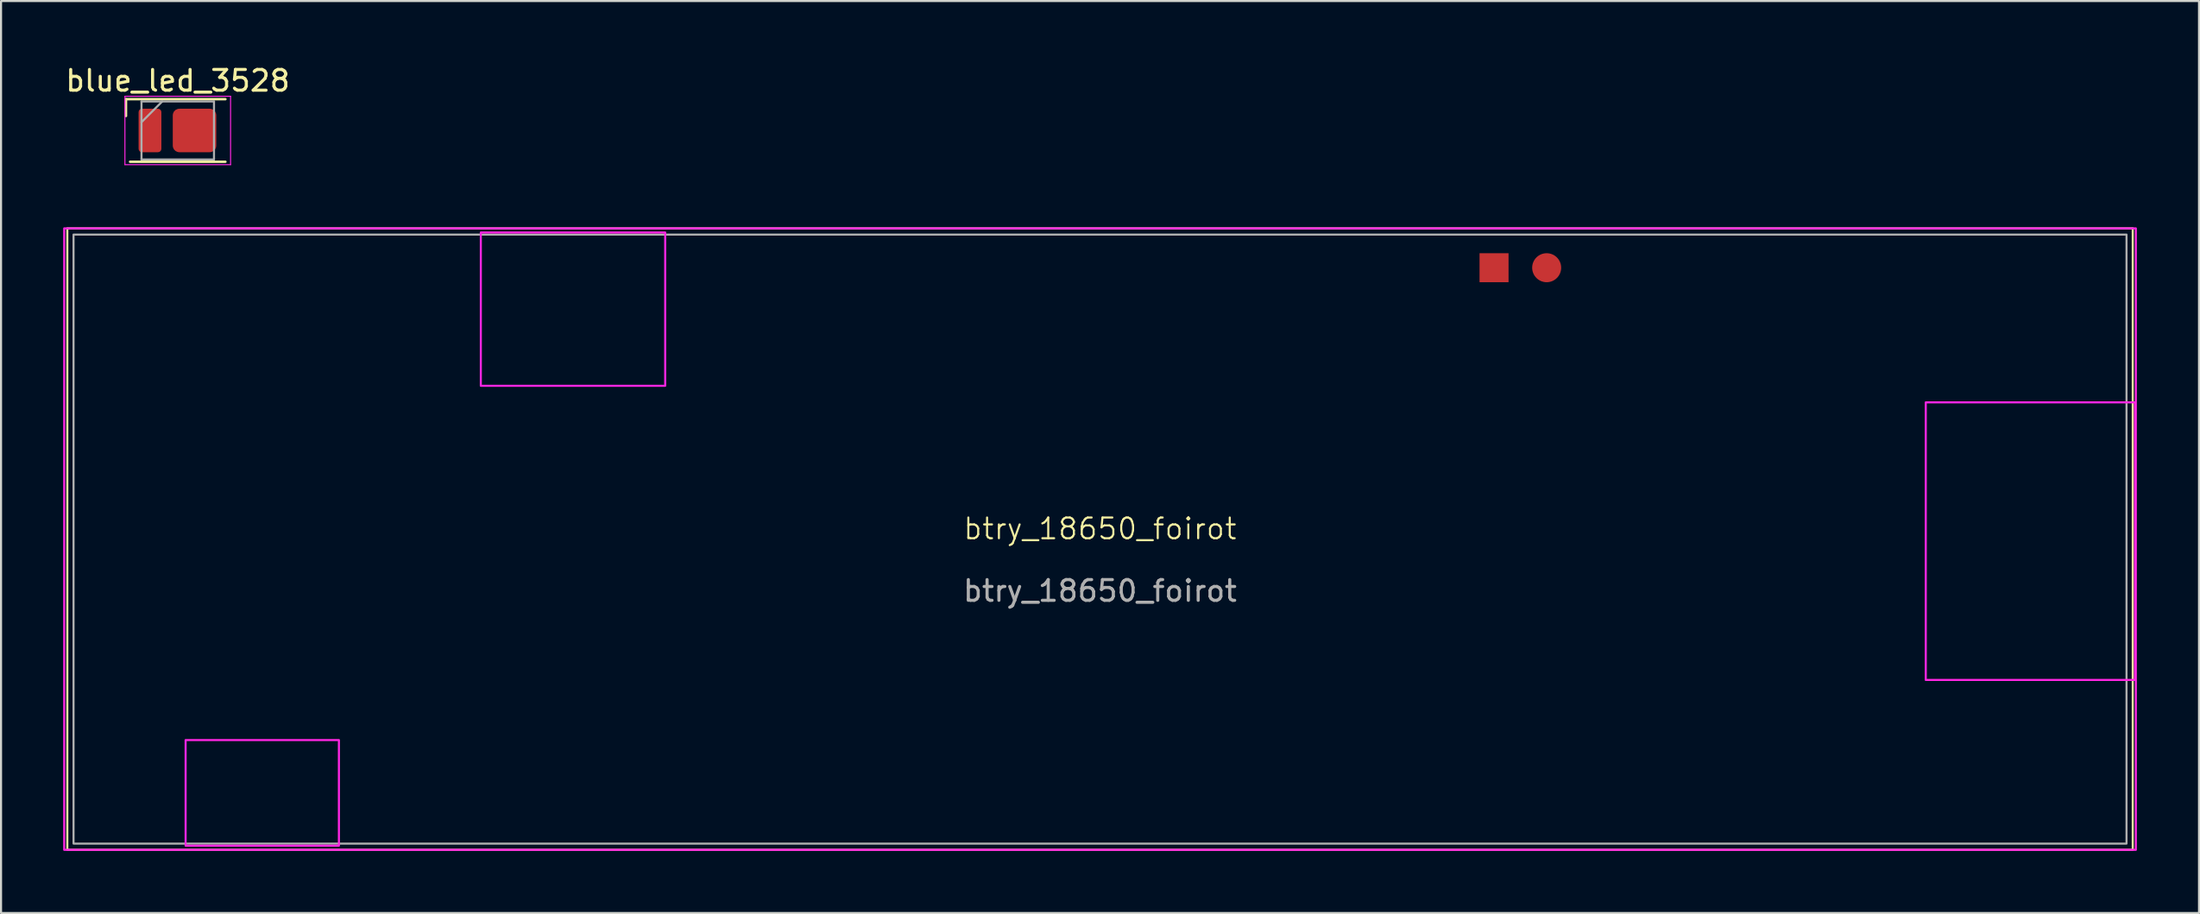
<source format=kicad_pcb>
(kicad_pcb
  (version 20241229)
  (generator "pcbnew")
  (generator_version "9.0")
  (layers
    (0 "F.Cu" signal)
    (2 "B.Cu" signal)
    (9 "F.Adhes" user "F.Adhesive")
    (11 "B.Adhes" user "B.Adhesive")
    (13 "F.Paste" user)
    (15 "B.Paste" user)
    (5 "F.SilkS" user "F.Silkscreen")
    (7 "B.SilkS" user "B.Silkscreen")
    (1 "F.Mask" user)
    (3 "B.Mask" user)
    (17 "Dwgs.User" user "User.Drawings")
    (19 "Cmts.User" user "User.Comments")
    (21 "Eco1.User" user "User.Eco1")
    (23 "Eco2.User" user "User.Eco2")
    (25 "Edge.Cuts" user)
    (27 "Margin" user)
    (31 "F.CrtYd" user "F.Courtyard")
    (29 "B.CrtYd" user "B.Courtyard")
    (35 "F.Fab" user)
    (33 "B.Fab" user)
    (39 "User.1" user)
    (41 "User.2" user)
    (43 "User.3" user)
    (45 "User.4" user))
  (footprint "blue_led_3528"
    (layer "F.Cu")
    (at 5.53 3.248)
    (property "Reference" "blue_led_3528" (at 0 -2.4 0) (layer "F.SilkS") (effects (font (size 1 1) (thickness 0.15))))
    (attr smd)
    (fp_line (start -2.5 -1.51) (end 2.3 -1.51) (stroke (width 0.12) (type solid)) (layer "F.SilkS"))
    (fp_line (start -2.5 -0.7) (end -2.5 -1.51) (stroke (width 0.12) (type solid)) (layer "F.SilkS"))
    (fp_line (start -2.3 1.51) (end 2.3 1.51) (stroke (width 0.12) (type solid)) (layer "F.SilkS"))
    (fp_line (start -2.55 -1.65) (end -2.55 1.65) (stroke (width 0.05) (type solid)) (layer "F.CrtYd"))
    (fp_line (start -2.55 1.65) (end 2.55 1.65) (stroke (width 0.05) (type solid)) (layer "F.CrtYd"))
    (fp_line (start 2.55 -1.65) (end -2.55 -1.65) (stroke (width 0.05) (type solid)) (layer "F.CrtYd"))
    (fp_line (start 2.55 1.65) (end 2.55 -1.65) (stroke (width 0.05) (type solid)) (layer "F.CrtYd"))
    (fp_line (start -1.75 -1.4) (end -1.75 1.4) (stroke (width 0.1) (type solid)) (layer "F.Fab"))
    (fp_line (start -1.75 1.4) (end 1.75 1.4) (stroke (width 0.1) (type solid)) (layer "F.Fab"))
    (fp_line (start -0.75 -1.4) (end -1.75 -0.4) (stroke (width 0.1) (type solid)) (layer "F.Fab"))
    (fp_line (start 1.75 -1.4) (end -1.75 -1.4) (stroke (width 0.1) (type solid)) (layer "F.Fab"))
    (fp_line (start 1.75 1.4) (end 1.75 -1.4) (stroke (width 0.1) (type solid)) (layer "F.Fab"))
    (pad "1" smd roundrect (at -1.34 0) (size 1.1 2.1) (layers "F.Cu" "F.Mask" "F.Paste") (roundrect_rratio 0.15))
    (pad "2" smd roundrect (at 0.81 0) (size 2.1 2.1) (layers "F.Cu" "F.Mask" "F.Paste") (roundrect_rratio 0.15)))
  (footprint "btry_18650_foirot"
    (layer "F.Cu")
    (at 50.11 23.073)
    (property "Reference" "btry_18650_foirot" (at -0.06 -0.6 0) (unlocked yes) (layer "F.SilkS") (effects (font (size 1 1) (thickness 0.1))))
    (attr through_hole)
    (fp_rect (start -49.91 -15.1) (end 49.79 14.9) (stroke (width 0.1) (type solid)) (fill no) (layer "F.SilkS"))
    (fp_rect (start -50.06 -15.1) (end 49.94 14.9) (stroke (width 0.1) (type solid)) (fill no) (layer "F.CrtYd"))
    (fp_rect (start -44.2 9.6) (end -36.8 14.7) (stroke (width 0.1) (type solid)) (fill no) (layer "F.CrtYd"))
    (fp_rect (start -29.95 -14.9) (end -21.05 -7.5) (stroke (width 0.1) (type solid)) (fill no) (layer "F.CrtYd"))
    (fp_rect (start 39.8 -6.7) (end 49.9 6.7) (stroke (width 0.1) (type solid)) (fill no) (layer "F.CrtYd"))
    (fp_rect (start -49.61 -14.8) (end 49.49 14.6) (stroke (width 0.1) (type solid)) (fill no) (layer "F.Fab"))
    (fp_text user "${REFERENCE}" (at -0.06 2.4 0) (unlocked yes) (layer "F.Fab") (effects (font (size 1 1) (thickness 0.15))))
    (pad "1" smd rect (at 18.96 -13.2 180) (size 1.4 1.4) (layers "F.Cu" "F.Mask" "F.Paste"))
    (pad "2" smd oval (at 21.5 -13.2 180) (size 1.4 1.4) (layers "F.Cu" "F.Mask" "F.Paste")))
  (gr_rect
    (start -3 -3)
    (end 103.1 41.023)
    (stroke (width 0.1) (type default))
    (fill no)
    (layer "Edge.Cuts")))
</source>
